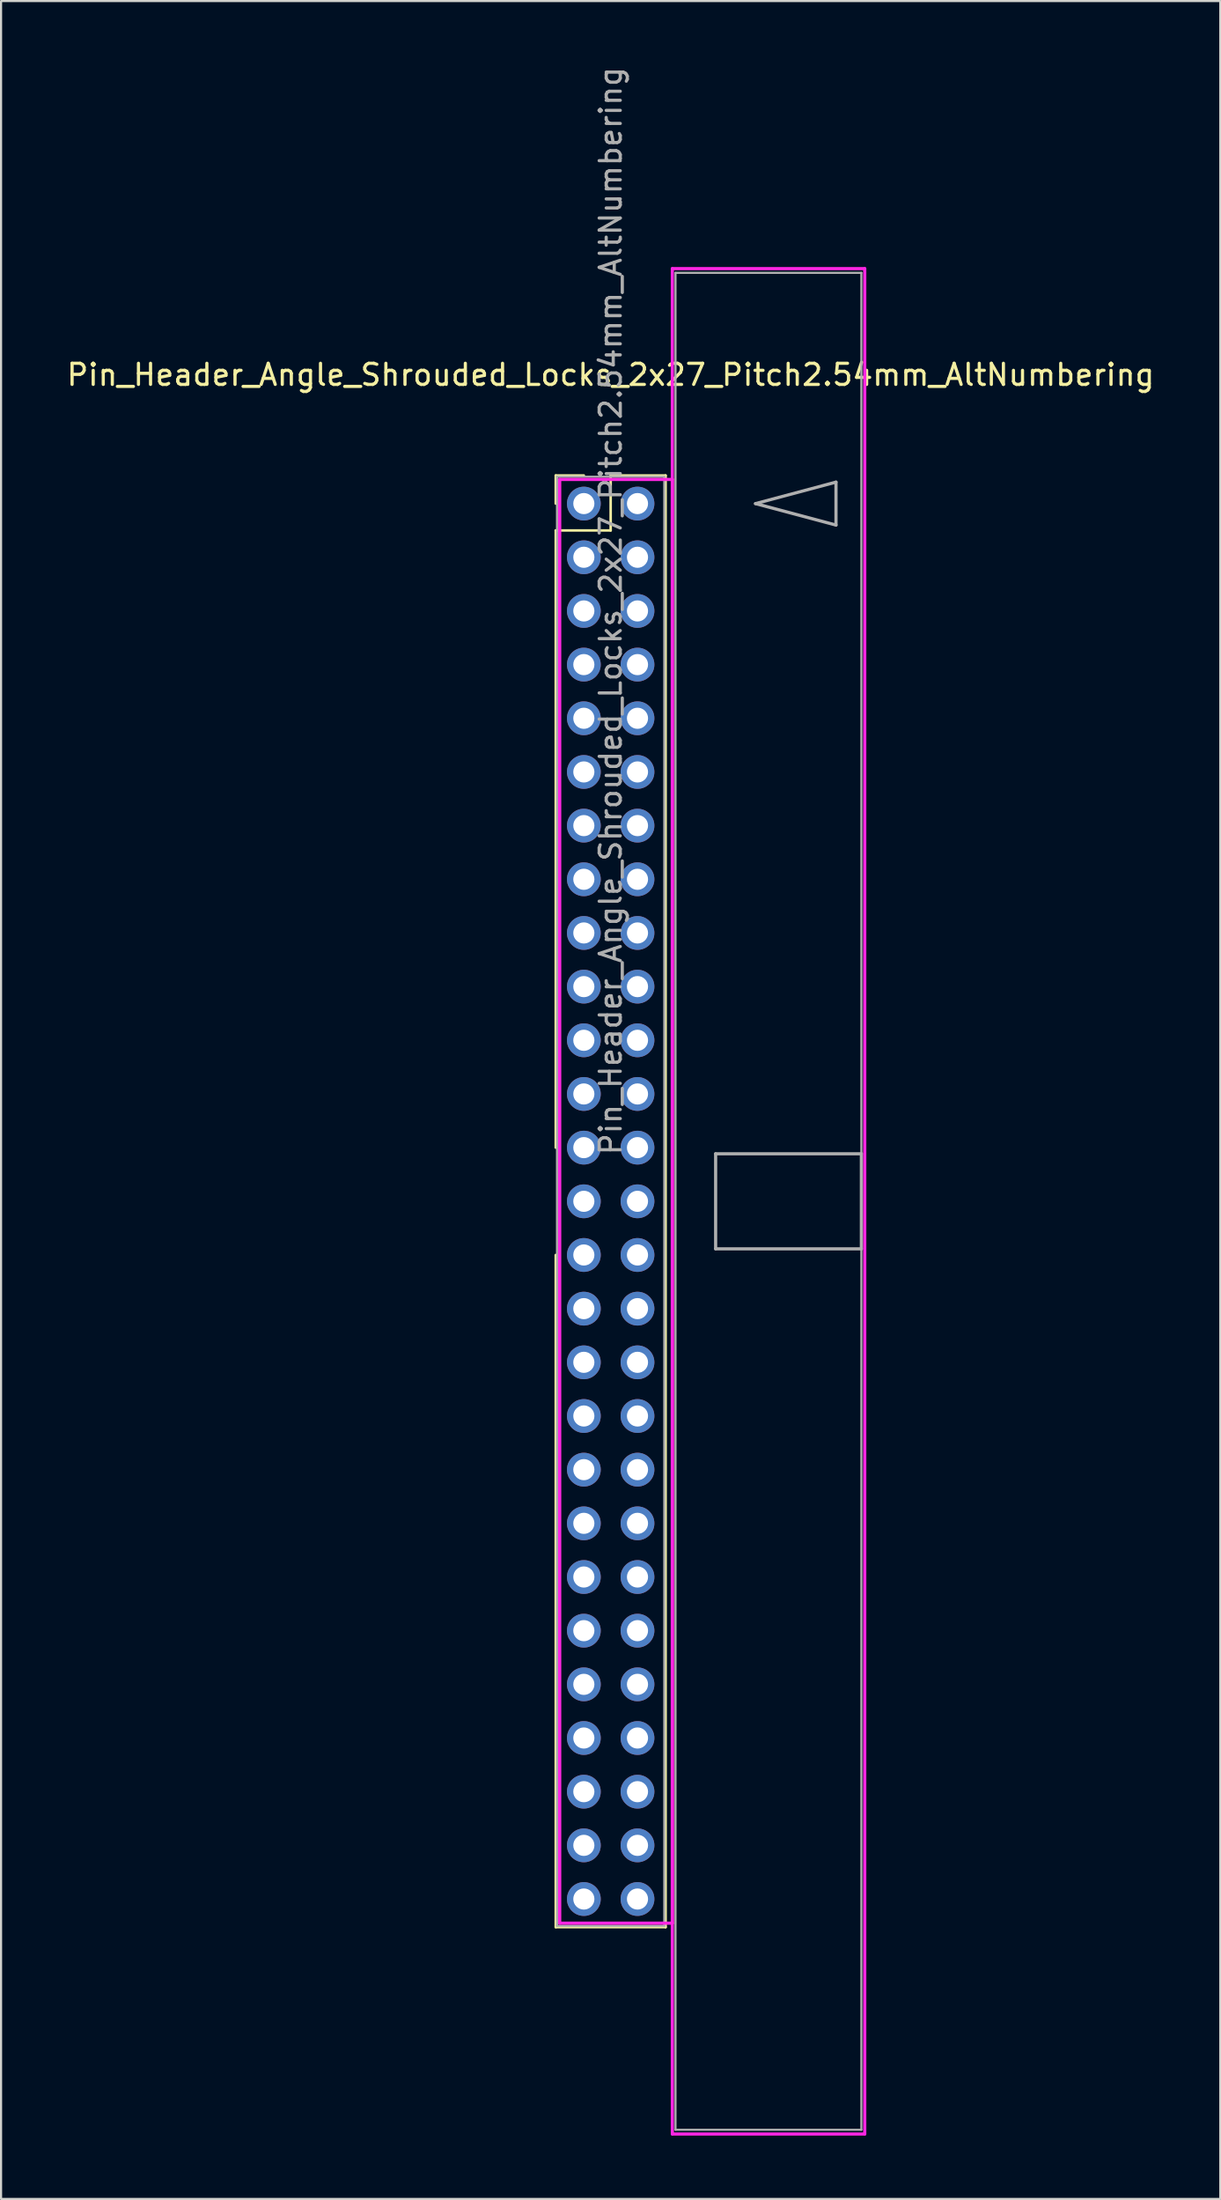
<source format=kicad_pcb>
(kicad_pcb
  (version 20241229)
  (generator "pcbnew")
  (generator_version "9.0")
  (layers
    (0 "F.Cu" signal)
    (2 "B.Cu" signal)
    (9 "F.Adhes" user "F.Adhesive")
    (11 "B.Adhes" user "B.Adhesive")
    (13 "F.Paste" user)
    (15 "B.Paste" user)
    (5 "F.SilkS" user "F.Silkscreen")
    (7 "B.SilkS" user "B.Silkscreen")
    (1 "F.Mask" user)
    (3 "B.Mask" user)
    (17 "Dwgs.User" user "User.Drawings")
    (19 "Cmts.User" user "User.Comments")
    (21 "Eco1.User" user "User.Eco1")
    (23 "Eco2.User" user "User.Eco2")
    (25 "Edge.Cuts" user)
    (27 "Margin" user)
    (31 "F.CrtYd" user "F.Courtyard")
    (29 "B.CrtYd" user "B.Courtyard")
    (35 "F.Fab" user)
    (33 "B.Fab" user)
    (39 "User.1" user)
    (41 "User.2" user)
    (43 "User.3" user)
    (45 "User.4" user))
  (footprint "Pin_Header_Angle_Shrouded_Locks_2x27_Pitch2.54mm_AltNumbering"
    (layer "F.Cu")
    (at 24.593 20.783)
    (property "Reference" "Pin_Header_Angle_Shrouded_Locks_2x27_Pitch2.54mm_AltNumbering" (at 1.27 -6.096 0) (layer "F.SilkS") (effects (font (size 1 1) (thickness 0.15))))
    (attr through_hole)
    (fp_line (start -1.33 -1.33) (end 0 -1.33) (stroke (width 0.12) (type solid)) (layer "F.SilkS"))
    (fp_line (start -1.33 0) (end -1.33 -1.33) (stroke (width 0.12) (type solid)) (layer "F.SilkS"))
    (fp_line (start -1.33 1.27) (end -1.33 30.48) (stroke (width 0.12) (type solid)) (layer "F.SilkS"))
    (fp_line (start -1.33 1.27) (end 1.27 1.27) (stroke (width 0.12) (type solid)) (layer "F.SilkS"))
    (fp_line (start -1.33 35.56) (end -1.33 67.37) (stroke (width 0.12) (type solid)) (layer "F.SilkS"))
    (fp_line (start -1.33 67.37) (end 3.87 67.37) (stroke (width 0.12) (type solid)) (layer "F.SilkS"))
    (fp_line (start 1.27 -1.33) (end 3.87 -1.33) (stroke (width 0.12) (type solid)) (layer "F.SilkS"))
    (fp_line (start 1.27 1.27) (end 1.27 -1.33) (stroke (width 0.12) (type solid)) (layer "F.SilkS"))
    (fp_line (start 3.87 -1.33) (end 3.87 67.37) (stroke (width 0.12) (type solid)) (layer "F.SilkS"))
    (fp_line (start -1.143 -1.143) (end -1.143 67.183) (stroke (width 0.15) (type solid)) (layer "F.CrtYd"))
    (fp_line (start -1.143 67.183) (end 4.19 67.183) (stroke (width 0.15) (type solid)) (layer "F.CrtYd"))
    (fp_line (start 4.19 -11.12) (end 4.19 77.16) (stroke (width 0.15) (type solid)) (layer "F.CrtYd"))
    (fp_line (start 4.19 -1.143) (end -1.143 -1.143) (stroke (width 0.15) (type solid)) (layer "F.CrtYd"))
    (fp_line (start 4.19 67.183) (end 4.19 -1.143) (stroke (width 0.15) (type solid)) (layer "F.CrtYd"))
    (fp_line (start 4.19 77.16) (end 13.3 77.16) (stroke (width 0.15) (type solid)) (layer "F.CrtYd"))
    (fp_line (start 13.3 -11.12) (end 4.19 -11.12) (stroke (width 0.15) (type solid)) (layer "F.CrtYd"))
    (fp_line (start 13.3 77.16) (end 13.3 -11.12) (stroke (width 0.15) (type solid)) (layer "F.CrtYd"))
    (fp_line (start -1.27 -1.27) (end -1.27 67.31) (stroke (width 0.1) (type solid)) (layer "F.Fab"))
    (fp_line (start -1.27 67.31) (end 3.81 67.31) (stroke (width 0.1) (type solid)) (layer "F.Fab"))
    (fp_line (start 3.81 -1.27) (end -1.27 -1.27) (stroke (width 0.1) (type solid)) (layer "F.Fab"))
    (fp_line (start 3.81 67.31) (end 3.81 -1.27) (stroke (width 0.1) (type solid)) (layer "F.Fab"))
    (fp_line (start 4.34 -10.92) (end 4.34 76.96) (stroke (width 0.1) (type solid)) (layer "F.Fab"))
    (fp_line (start 4.34 76.96) (end 13.14 76.96) (stroke (width 0.1) (type solid)) (layer "F.Fab"))
    (fp_line (start 6.24 30.77) (end 6.24 35.27) (stroke (width 0.15) (type solid)) (layer "F.Fab"))
    (fp_line (start 6.24 35.27) (end 13.14 35.27) (stroke (width 0.15) (type solid)) (layer "F.Fab"))
    (fp_line (start 8.128 0) (end 11.938 -1.016) (stroke (width 0.15) (type solid)) (layer "F.Fab"))
    (fp_line (start 11.938 -1.016) (end 11.938 1.016) (stroke (width 0.15) (type solid)) (layer "F.Fab"))
    (fp_line (start 11.938 1.016) (end 8.128 0) (stroke (width 0.15) (type solid)) (layer "F.Fab"))
    (fp_line (start 13.14 -10.92) (end 4.34 -10.92) (stroke (width 0.1) (type solid)) (layer "F.Fab"))
    (fp_line (start 13.14 30.77) (end 6.24 30.77) (stroke (width 0.15) (type solid)) (layer "F.Fab"))
    (fp_line (start 13.14 35.27) (end 13.14 30.77) (stroke (width 0.15) (type solid)) (layer "F.Fab"))
    (fp_line (start 13.14 76.96) (end 13.14 -10.92) (stroke (width 0.1) (type solid)) (layer "F.Fab"))
    (fp_text user "${REFERENCE}" (at 1.27 5.08 90) (layer "F.Fab") (effects (font (size 1 1) (thickness 0.15))))
    (pad "1" thru_hole oval (at 0 0) (size 1.6 1.6) (drill 1) (layers "*.Cu" "*.Mask"))
    (pad "2" thru_hole oval (at 0 2.54) (size 1.6 1.6) (drill 1) (layers "*.Cu" "*.Mask"))
    (pad "3" thru_hole oval (at 0 5.08) (size 1.6 1.6) (drill 1) (layers "*.Cu" "*.Mask"))
    (pad "4" thru_hole oval (at 0 7.62) (size 1.6 1.6) (drill 1) (layers "*.Cu" "*.Mask"))
    (pad "5" thru_hole oval (at 0 10.16) (size 1.6 1.6) (drill 1) (layers "*.Cu" "*.Mask"))
    (pad "6" thru_hole oval (at 0 12.7) (size 1.6 1.6) (drill 1) (layers "*.Cu" "*.Mask"))
    (pad "7" thru_hole oval (at 0 15.24) (size 1.6 1.6) (drill 1) (layers "*.Cu" "*.Mask"))
    (pad "8" thru_hole oval (at 0 17.78) (size 1.6 1.6) (drill 1) (layers "*.Cu" "*.Mask"))
    (pad "9" thru_hole oval (at 0 20.32) (size 1.6 1.6) (drill 1) (layers "*.Cu" "*.Mask"))
    (pad "10" thru_hole oval (at 0 22.86) (size 1.6 1.6) (drill 1) (layers "*.Cu" "*.Mask"))
    (pad "11" thru_hole oval (at 0 25.4) (size 1.6 1.6) (drill 1) (layers "*.Cu" "*.Mask"))
    (pad "12" thru_hole oval (at 0 27.94) (size 1.6 1.6) (drill 1) (layers "*.Cu" "*.Mask"))
    (pad "13" thru_hole oval (at 0 30.48) (size 1.6 1.6) (drill 1) (layers "*.Cu" "*.Mask"))
    (pad "14" thru_hole oval (at 0 33.02) (size 1.6 1.6) (drill 1) (layers "*.Cu" "*.Mask"))
    (pad "15" thru_hole oval (at 0 35.56) (size 1.6 1.6) (drill 1) (layers "*.Cu" "*.Mask"))
    (pad "16" thru_hole oval (at 0 38.1) (size 1.6 1.6) (drill 1) (layers "*.Cu" "*.Mask"))
    (pad "17" thru_hole oval (at 0 40.64) (size 1.6 1.6) (drill 1) (layers "*.Cu" "*.Mask"))
    (pad "18" thru_hole oval (at 0 43.18) (size 1.6 1.6) (drill 1) (layers "*.Cu" "*.Mask"))
    (pad "19" thru_hole oval (at 0 45.72) (size 1.6 1.6) (drill 1) (layers "*.Cu" "*.Mask"))
    (pad "20" thru_hole oval (at 0 48.26) (size 1.6 1.6) (drill 1) (layers "*.Cu" "*.Mask"))
    (pad "21" thru_hole oval (at 0 50.8) (size 1.6 1.6) (drill 1) (layers "*.Cu" "*.Mask"))
    (pad "22" thru_hole oval (at 0 53.34) (size 1.6 1.6) (drill 1) (layers "*.Cu" "*.Mask"))
    (pad "23" thru_hole oval (at 0 55.88) (size 1.6 1.6) (drill 1) (layers "*.Cu" "*.Mask"))
    (pad "24" thru_hole oval (at 0 58.42) (size 1.6 1.6) (drill 1) (layers "*.Cu" "*.Mask"))
    (pad "25" thru_hole oval (at 0 60.96) (size 1.6 1.6) (drill 1) (layers "*.Cu" "*.Mask"))
    (pad "26" thru_hole oval (at 0 63.5) (size 1.6 1.6) (drill 1) (layers "*.Cu" "*.Mask"))
    (pad "27" thru_hole oval (at 0 66.04) (size 1.6 1.6) (drill 1) (layers "*.Cu" "*.Mask"))
    (pad "28" thru_hole oval (at 2.54 0) (size 1.6 1.6) (drill 1) (layers "*.Cu" "*.Mask"))
    (pad "29" thru_hole oval (at 2.54 2.54) (size 1.6 1.6) (drill 1) (layers "*.Cu" "*.Mask"))
    (pad "30" thru_hole oval (at 2.54 5.08) (size 1.6 1.6) (drill 1) (layers "*.Cu" "*.Mask"))
    (pad "31" thru_hole oval (at 2.54 7.62) (size 1.6 1.6) (drill 1) (layers "*.Cu" "*.Mask"))
    (pad "32" thru_hole oval (at 2.54 10.16) (size 1.6 1.6) (drill 1) (layers "*.Cu" "*.Mask"))
    (pad "33" thru_hole oval (at 2.54 12.7) (size 1.6 1.6) (drill 1) (layers "*.Cu" "*.Mask"))
    (pad "34" thru_hole oval (at 2.54 15.24) (size 1.6 1.6) (drill 1) (layers "*.Cu" "*.Mask"))
    (pad "35" thru_hole oval (at 2.54 17.78) (size 1.6 1.6) (drill 1) (layers "*.Cu" "*.Mask"))
    (pad "36" thru_hole oval (at 2.54 20.32) (size 1.6 1.6) (drill 1) (layers "*.Cu" "*.Mask"))
    (pad "37" thru_hole oval (at 2.54 22.86) (size 1.6 1.6) (drill 1) (layers "*.Cu" "*.Mask"))
    (pad "38" thru_hole oval (at 2.54 25.4) (size 1.6 1.6) (drill 1) (layers "*.Cu" "*.Mask"))
    (pad "39" thru_hole oval (at 2.54 27.94) (size 1.6 1.6) (drill 1) (layers "*.Cu" "*.Mask"))
    (pad "40" thru_hole oval (at 2.54 30.48) (size 1.6 1.6) (drill 1) (layers "*.Cu" "*.Mask"))
    (pad "41" thru_hole oval (at 2.54 33.02) (size 1.6 1.6) (drill 1) (layers "*.Cu" "*.Mask"))
    (pad "42" thru_hole oval (at 2.54 35.56) (size 1.6 1.6) (drill 1) (layers "*.Cu" "*.Mask"))
    (pad "43" thru_hole oval (at 2.54 38.1) (size 1.6 1.6) (drill 1) (layers "*.Cu" "*.Mask"))
    (pad "44" thru_hole oval (at 2.54 40.64) (size 1.6 1.6) (drill 1) (layers "*.Cu" "*.Mask"))
    (pad "45" thru_hole oval (at 2.54 43.18) (size 1.6 1.6) (drill 1) (layers "*.Cu" "*.Mask"))
    (pad "46" thru_hole oval (at 2.54 45.72) (size 1.6 1.6) (drill 1) (layers "*.Cu" "*.Mask"))
    (pad "47" thru_hole oval (at 2.54 48.26) (size 1.6 1.6) (drill 1) (layers "*.Cu" "*.Mask"))
    (pad "48" thru_hole oval (at 2.54 50.8) (size 1.6 1.6) (drill 1) (layers "*.Cu" "*.Mask"))
    (pad "49" thru_hole oval (at 2.54 53.34) (size 1.6 1.6) (drill 1) (layers "*.Cu" "*.Mask"))
    (pad "50" thru_hole oval (at 2.54 55.88) (size 1.6 1.6) (drill 1) (layers "*.Cu" "*.Mask"))
    (pad "51" thru_hole oval (at 2.54 58.42) (size 1.6 1.6) (drill 1) (layers "*.Cu" "*.Mask"))
    (pad "52" thru_hole oval (at 2.54 60.96) (size 1.6 1.6) (drill 1) (layers "*.Cu" "*.Mask"))
    (pad "53" thru_hole oval (at 2.54 63.5) (size 1.6 1.6) (drill 1) (layers "*.Cu" "*.Mask"))
    (pad "54" thru_hole oval (at 2.54 66.04) (size 1.6 1.6) (drill 1) (layers "*.Cu" "*.Mask")))
  (gr_rect
    (start -3 -3)
    (end 54.726 101.018)
    (stroke (width 0.1) (type default))
    (fill no)
    (layer "Edge.Cuts")))
</source>
